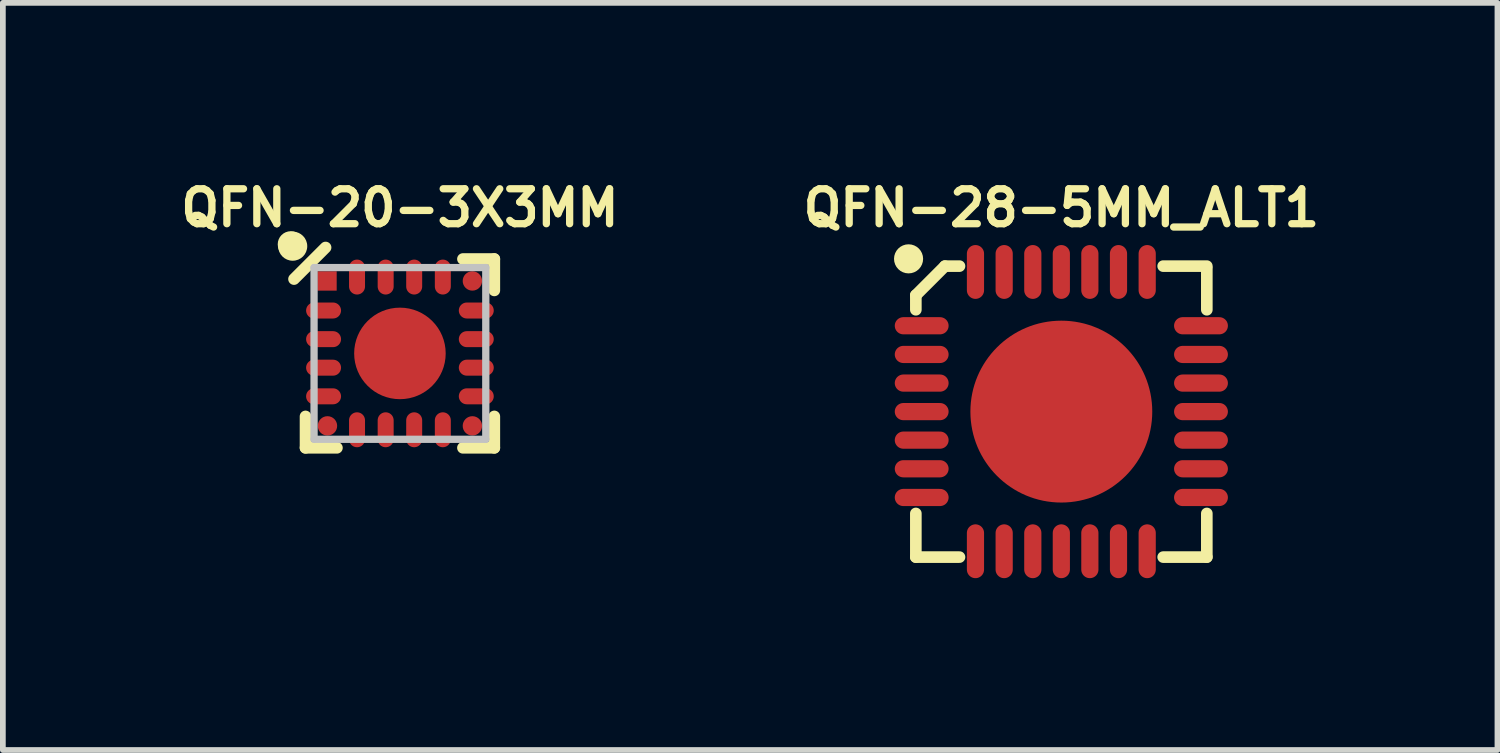
<source format=kicad_pcb>
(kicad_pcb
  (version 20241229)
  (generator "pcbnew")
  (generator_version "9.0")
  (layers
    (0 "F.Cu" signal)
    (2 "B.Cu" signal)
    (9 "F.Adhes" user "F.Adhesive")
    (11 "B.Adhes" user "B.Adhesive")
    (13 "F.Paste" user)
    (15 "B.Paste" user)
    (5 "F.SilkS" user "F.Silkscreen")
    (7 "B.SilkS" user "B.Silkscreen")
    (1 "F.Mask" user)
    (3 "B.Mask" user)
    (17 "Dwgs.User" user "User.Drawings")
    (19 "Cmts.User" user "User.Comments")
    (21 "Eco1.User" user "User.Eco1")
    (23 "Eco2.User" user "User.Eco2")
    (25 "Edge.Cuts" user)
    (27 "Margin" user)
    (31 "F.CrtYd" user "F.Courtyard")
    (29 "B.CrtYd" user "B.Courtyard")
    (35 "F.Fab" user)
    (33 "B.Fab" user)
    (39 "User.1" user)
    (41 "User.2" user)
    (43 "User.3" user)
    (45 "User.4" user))
  (footprint "QFN-28-5MM_ALT1"
    (layer "F.Cu")
    (at 15.479 4.136)
    (property "Reference" "QFN-28-5MM_ALT1" (at 0 -3.556 0) (layer "F.SilkS") (effects (font (size 0.61 0.61) (thickness 0.127))))
    (attr smd)
    (fp_line (start -2.54 -2.032) (end -2.54 -1.778) (stroke (width 0.203) (type solid)) (layer "F.SilkS"))
    (fp_line (start -2.54 2.54) (end -2.54 1.778) (stroke (width 0.203) (type solid)) (layer "F.SilkS"))
    (fp_line (start -2.54 2.54) (end -1.778 2.54) (stroke (width 0.203) (type solid)) (layer "F.SilkS"))
    (fp_line (start -2.032 -2.54) (end -2.54 -2.032) (stroke (width 0.203) (type solid)) (layer "F.SilkS"))
    (fp_line (start -2.032 -2.54) (end -1.778 -2.54) (stroke (width 0.203) (type solid)) (layer "F.SilkS"))
    (fp_line (start 2.54 -2.54) (end 1.778 -2.54) (stroke (width 0.203) (type solid)) (layer "F.SilkS"))
    (fp_line (start 2.54 -2.499) (end 2.54 -1.778) (stroke (width 0.203) (type solid)) (layer "F.SilkS"))
    (fp_line (start 2.54 2.54) (end 1.778 2.54) (stroke (width 0.203) (type solid)) (layer "F.SilkS"))
    (fp_line (start 2.54 2.54) (end 2.54 1.778) (stroke (width 0.203) (type solid)) (layer "F.SilkS"))
    (fp_circle (center -2.667 -2.667) (end -2.54 -2.667) (stroke (width 0.254) (type solid)) (fill no) (layer "F.SilkS"))
    (fp_line (start -0.254 0.254) (end -0.254 -0.254) (stroke (width 0.254) (type solid)) (layer "F.Paste"))
    (fp_line (start 0.254 -0.254) (end -0.254 -0.254) (stroke (width 0.254) (type solid)) (layer "F.Paste"))
    (fp_line (start 0.254 0) (end -0.254 0) (stroke (width 0.254) (type solid)) (layer "F.Paste"))
    (fp_line (start 0.254 0.254) (end -0.254 0.254) (stroke (width 0.254) (type solid)) (layer "F.Paste"))
    (fp_line (start 0.254 0.254) (end 0.254 -0.254) (stroke (width 0.254) (type solid)) (layer "F.Paste"))
    (pad "P$1" smd oval (at -2.438 -1.499 90) (size 0.3 0.94) (layers "F.Cu" "F.Mask" "F.Paste"))
    (pad "P$2" smd oval (at -2.438 -0.998 90) (size 0.3 0.94) (layers "F.Cu" "F.Mask" "F.Paste"))
    (pad "P$3" smd oval (at -2.438 -0.498 90) (size 0.3 0.94) (layers "F.Cu" "F.Mask" "F.Paste"))
    (pad "P$4" smd oval (at -2.438 0 90) (size 0.3 0.94) (layers "F.Cu" "F.Mask" "F.Paste"))
    (pad "P$5" smd oval (at -2.438 0.498 90) (size 0.3 0.94) (layers "F.Cu" "F.Mask" "F.Paste"))
    (pad "P$6" smd oval (at -2.438 0.998 90) (size 0.3 0.94) (layers "F.Cu" "F.Mask" "F.Paste"))
    (pad "P$7" smd oval (at -2.438 1.499 90) (size 0.3 0.94) (layers "F.Cu" "F.Mask" "F.Paste"))
    (pad "P$8" smd oval (at -1.499 2.438 180) (size 0.3 0.94) (layers "F.Cu" "F.Mask" "F.Paste"))
    (pad "P$9" smd oval (at -0.998 2.438 180) (size 0.3 0.94) (layers "F.Cu" "F.Mask" "F.Paste"))
    (pad "P$10" smd oval (at -0.498 2.438 180) (size 0.3 0.94) (layers "F.Cu" "F.Mask" "F.Paste"))
    (pad "P$11" smd oval (at 0 2.438 180) (size 0.3 0.94) (layers "F.Cu" "F.Mask" "F.Paste"))
    (pad "P$12" smd oval (at 0.498 2.438 180) (size 0.3 0.94) (layers "F.Cu" "F.Mask" "F.Paste"))
    (pad "P$13" smd oval (at 0.998 2.438 180) (size 0.3 0.94) (layers "F.Cu" "F.Mask" "F.Paste"))
    (pad "P$14" smd oval (at 1.499 2.438 180) (size 0.3 0.94) (layers "F.Cu" "F.Mask" "F.Paste"))
    (pad "P$15" smd oval (at 2.438 1.499 270) (size 0.3 0.94) (layers "F.Cu" "F.Mask" "F.Paste"))
    (pad "P$16" smd oval (at 2.438 0.998 270) (size 0.3 0.94) (layers "F.Cu" "F.Mask" "F.Paste"))
    (pad "P$17" smd oval (at 2.438 0.498 270) (size 0.3 0.94) (layers "F.Cu" "F.Mask" "F.Paste"))
    (pad "P$18" smd oval (at 2.438 0 270) (size 0.3 0.94) (layers "F.Cu" "F.Mask" "F.Paste"))
    (pad "P$19" smd oval (at 2.438 -0.498 270) (size 0.3 0.94) (layers "F.Cu" "F.Mask" "F.Paste"))
    (pad "P$20" smd oval (at 2.438 -0.998 270) (size 0.3 0.94) (layers "F.Cu" "F.Mask" "F.Paste"))
    (pad "P$21" smd oval (at 2.438 -1.499 270) (size 0.3 0.94) (layers "F.Cu" "F.Mask" "F.Paste"))
    (pad "P$22" smd oval (at 1.499 -2.438) (size 0.3 0.94) (layers "F.Cu" "F.Mask" "F.Paste"))
    (pad "P$23" smd oval (at 0.998 -2.438) (size 0.3 0.94) (layers "F.Cu" "F.Mask" "F.Paste"))
    (pad "P$24" smd oval (at 0.498 -2.438) (size 0.3 0.94) (layers "F.Cu" "F.Mask" "F.Paste"))
    (pad "P$25" smd oval (at 0 -2.438) (size 0.3 0.94) (layers "F.Cu" "F.Mask" "F.Paste"))
    (pad "P$26" smd oval (at -0.498 -2.438) (size 0.3 0.94) (layers "F.Cu" "F.Mask" "F.Paste"))
    (pad "P$27" smd oval (at -0.998 -2.438) (size 0.3 0.94) (layers "F.Cu" "F.Mask" "F.Paste"))
    (pad "P$28" smd oval (at -1.499 -2.438) (size 0.3 0.94) (layers "F.Cu" "F.Mask" "F.Paste"))
    (pad "P$29" smd oval (at 0 0) (size 3.175 3.175) (layers "F.Cu" "F.Mask" "F.Paste")))
  (footprint "QFN-20-3X3MM"
    (layer "F.Cu")
    (at 3.932 3.12)
    (property "Reference" "QFN-20-3X3MM" (at 0 -2.54 0) (layer "F.SilkS") (effects (font (size 0.61 0.61) (thickness 0.127))))
    (attr smd)
    (fp_line (start -1.648 1.648) (end -1.648 1.1) (stroke (width 0.203) (type solid)) (layer "F.SilkS"))
    (fp_line (start -1.298 -1.849) (end -1.849 -1.298) (stroke (width 0.203) (type solid)) (layer "F.SilkS"))
    (fp_line (start -1.1 1.648) (end -1.648 1.648) (stroke (width 0.203) (type solid)) (layer "F.SilkS"))
    (fp_line (start 1.1 -1.648) (end 1.648 -1.648) (stroke (width 0.203) (type solid)) (layer "F.SilkS"))
    (fp_line (start 1.648 -1.648) (end 1.648 -1.1) (stroke (width 0.203) (type solid)) (layer "F.SilkS"))
    (fp_line (start 1.648 1.1) (end 1.648 1.648) (stroke (width 0.203) (type solid)) (layer "F.SilkS"))
    (fp_line (start 1.648 1.648) (end 1.1 1.648) (stroke (width 0.203) (type solid)) (layer "F.SilkS"))
    (fp_circle (center -1.905 -1.905) (end -1.778 -1.905) (stroke (width 0.203) (type solid)) (fill no) (layer "F.SilkS"))
    (fp_circle (center -1.872 -1.872) (end -1.872 -2.126) (stroke (width 0) (type solid)) (fill yes) (layer "F.SilkS"))
    (fp_line (start -0.508 -0.508) (end -0.254 -0.508) (stroke (width 0.254) (type solid)) (layer "F.Paste"))
    (fp_line (start -0.508 -0.254) (end -0.508 -0.508) (stroke (width 0.254) (type solid)) (layer "F.Paste"))
    (fp_line (start -0.508 0.254) (end -0.254 0.254) (stroke (width 0.254) (type solid)) (layer "F.Paste"))
    (fp_line (start -0.508 0.508) (end -0.508 0.254) (stroke (width 0.254) (type solid)) (layer "F.Paste"))
    (fp_line (start -0.254 -0.508) (end -0.254 -0.254) (stroke (width 0.254) (type solid)) (layer "F.Paste"))
    (fp_line (start -0.254 -0.254) (end -0.508 -0.254) (stroke (width 0.254) (type solid)) (layer "F.Paste"))
    (fp_line (start -0.254 0.254) (end -0.254 0.508) (stroke (width 0.254) (type solid)) (layer "F.Paste"))
    (fp_line (start -0.254 0.508) (end -0.508 0.508) (stroke (width 0.254) (type solid)) (layer "F.Paste"))
    (fp_line (start 0.254 -0.508) (end 0.508 -0.508) (stroke (width 0.254) (type solid)) (layer "F.Paste"))
    (fp_line (start 0.254 -0.254) (end 0.254 -0.508) (stroke (width 0.254) (type solid)) (layer "F.Paste"))
    (fp_line (start 0.254 0.254) (end 0.508 0.254) (stroke (width 0.254) (type solid)) (layer "F.Paste"))
    (fp_line (start 0.254 0.508) (end 0.254 0.254) (stroke (width 0.254) (type solid)) (layer "F.Paste"))
    (fp_line (start 0.508 -0.508) (end 0.508 -0.254) (stroke (width 0.254) (type solid)) (layer "F.Paste"))
    (fp_line (start 0.508 -0.254) (end 0.254 -0.254) (stroke (width 0.254) (type solid)) (layer "F.Paste"))
    (fp_line (start 0.508 0.254) (end 0.508 0.508) (stroke (width 0.254) (type solid)) (layer "F.Paste"))
    (fp_line (start 0.508 0.508) (end 0.254 0.508) (stroke (width 0.254) (type solid)) (layer "F.Paste"))
    (fp_line (start -1.499 -1.499) (end 1.499 -1.499) (stroke (width 0.127) (type solid)) (layer "Dwgs.User"))
    (fp_line (start -1.499 1.499) (end -1.499 -1.499) (stroke (width 0.127) (type solid)) (layer "Dwgs.User"))
    (fp_line (start 1.499 -1.499) (end 1.499 1.499) (stroke (width 0.127) (type solid)) (layer "Dwgs.User"))
    (fp_line (start 1.499 1.499) (end -1.499 1.499) (stroke (width 0.127) (type solid)) (layer "Dwgs.User"))
    (pad "1" smd rect (at -1.273 -1.265) (size 0.338 0.338) (layers "F.Cu" "F.Mask" "F.Paste"))
    (pad "2" smd oval (at -1.333 -0.749 270) (size 0.279 0.61) (layers "F.Cu" "F.Mask" "F.Paste"))
    (pad "3" smd oval (at -1.333 -0.249 270) (size 0.279 0.61) (layers "F.Cu" "F.Mask" "F.Paste"))
    (pad "4" smd oval (at -1.333 0.249 270) (size 0.279 0.61) (layers "F.Cu" "F.Mask" "F.Paste"))
    (pad "5" smd oval (at -1.333 0.749 270) (size 0.279 0.61) (layers "F.Cu" "F.Mask" "F.Paste"))
    (pad "6" smd oval (at -1.265 1.265) (size 0.338 0.338) (layers "F.Cu" "F.Mask" "F.Paste"))
    (pad "7" smd oval (at -0.749 1.333 180) (size 0.279 0.61) (layers "F.Cu" "F.Mask" "F.Paste"))
    (pad "8" smd oval (at -0.249 1.333 180) (size 0.279 0.61) (layers "F.Cu" "F.Mask" "F.Paste"))
    (pad "9" smd oval (at 0.249 1.333 180) (size 0.279 0.61) (layers "F.Cu" "F.Mask" "F.Paste"))
    (pad "10" smd oval (at 0.749 1.333 180) (size 0.279 0.61) (layers "F.Cu" "F.Mask" "F.Paste"))
    (pad "11" smd oval (at 1.265 1.265) (size 0.338 0.338) (layers "F.Cu" "F.Mask" "F.Paste"))
    (pad "12" smd oval (at 1.333 0.749 90) (size 0.279 0.61) (layers "F.Cu" "F.Mask" "F.Paste"))
    (pad "13" smd oval (at 1.333 0.249 90) (size 0.279 0.61) (layers "F.Cu" "F.Mask" "F.Paste"))
    (pad "14" smd oval (at 1.333 -0.249 90) (size 0.279 0.61) (layers "F.Cu" "F.Mask" "F.Paste"))
    (pad "15" smd oval (at 1.333 -0.749 90) (size 0.279 0.61) (layers "F.Cu" "F.Mask" "F.Paste"))
    (pad "16" smd oval (at 1.265 -1.265) (size 0.338 0.338) (layers "F.Cu" "F.Mask" "F.Paste"))
    (pad "17" smd oval (at 0.749 -1.333) (size 0.279 0.61) (layers "F.Cu" "F.Mask" "F.Paste"))
    (pad "18" smd oval (at 0.249 -1.333) (size 0.279 0.61) (layers "F.Cu" "F.Mask" "F.Paste"))
    (pad "19" smd oval (at -0.249 -1.333) (size 0.279 0.61) (layers "F.Cu" "F.Mask" "F.Paste"))
    (pad "20" smd oval (at -0.749 -1.333) (size 0.279 0.61) (layers "F.Cu" "F.Mask" "F.Paste"))
    (pad "21" smd oval (at 0 0) (size 1.598 1.598) (layers "F.Cu" "F.Mask")))
  (gr_rect
    (start -3 -3)
    (end 23.093 10.044)
    (stroke (width 0.1) (type default))
    (fill no)
    (layer "Edge.Cuts")))
</source>
